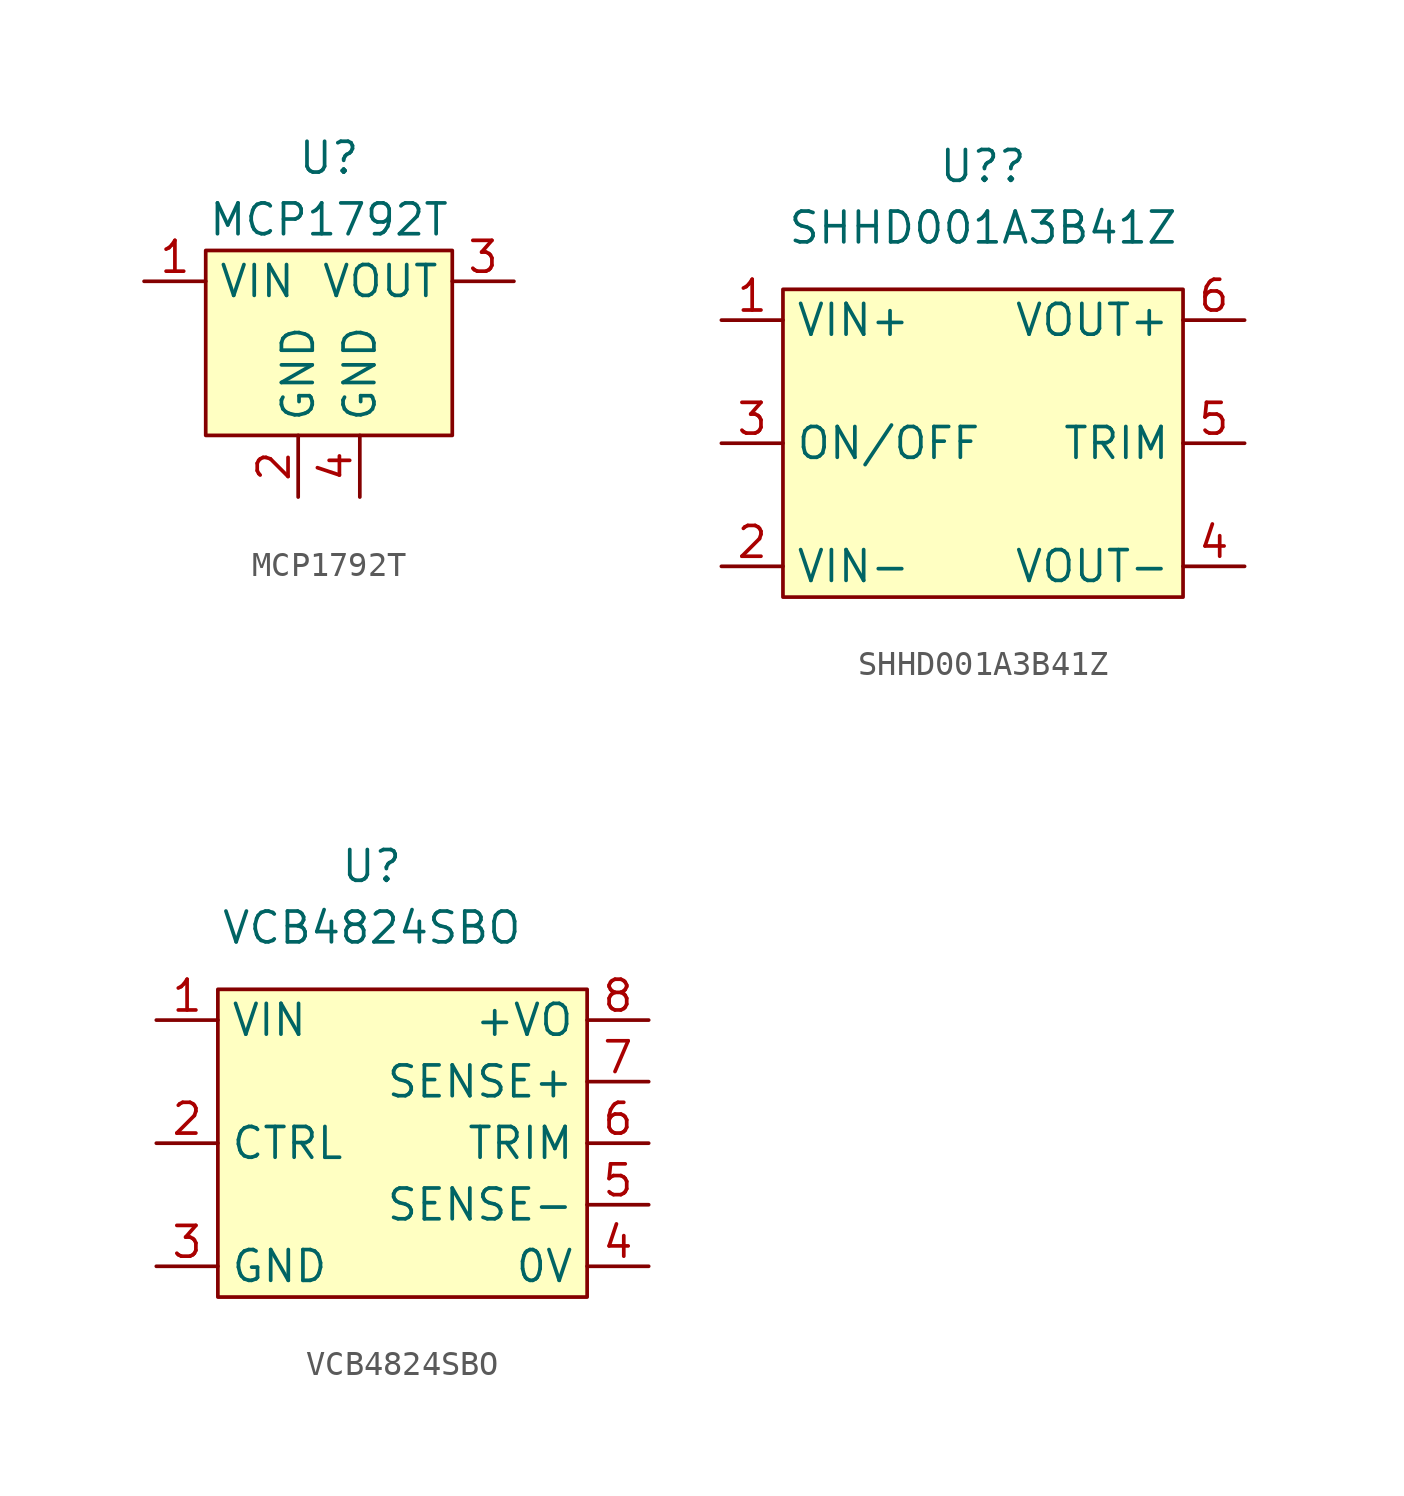
<source format=kicad_sym>
(kicad_symbol_lib
  (version 20211014)
  (generator kicad_symbol_editor)
  (symbol "MCP1792T"
    (property "Reference" "U"
      (at 0 5.08 0)
      (effects (font (size 1.27 1.27))))
    (property "Value" "MCP1792T"
      (at 0 2.54 0)
      (effects (font (size 1.27 1.27))))
    (symbol "MCP1792T_0_1"
      (rectangle (start -5.08 1.27) (end 5.08 -6.35) (stroke (width 0) (type default) (color 0 0 0 0)) (fill (type background))))
    (symbol "MCP1792T_1_1"
      (pin input line (at -7.62 0 0) (length 2.54) (name "VIN" (effects (font (size 1.27 1.27)))) (number "1" (effects (font (size 1.27 1.27)))))
      (pin input line (at -1.27 -8.89 90) (length 2.54) (name "GND" (effects (font (size 1.27 1.27)))) (number "2" (effects (font (size 1.27 1.27)))))
      (pin input line (at 7.62 0 180) (length 2.54) (name "VOUT" (effects (font (size 1.27 1.27)))) (number "3" (effects (font (size 1.27 1.27)))))
      (pin input line (at 1.27 -8.89 90) (length 2.54) (name "GND" (effects (font (size 1.27 1.27)))) (number "4" (effects (font (size 1.27 1.27)))))))
  (symbol "SHHD001A3B41Z"
    (property "Reference" "U?"
      (at -0.635 6.35 0)
      (effects (font (size 1.27 1.27))))
    (property "Value" "SHHD001A3B41Z"
      (at -0.635 3.81 0)
      (effects (font (size 1.27 1.27))))
    (symbol "SHHD001A3B41Z_0_1"
      (rectangle (start -8.89 1.27) (end 7.62 -11.43) (stroke (width 0) (type default) (color 0 0 0 0)) (fill (type background))))
    (symbol "SHHD001A3B41Z_1_1"
      (pin input line (at -11.43 0 0) (length 2.54) (name "VIN+" (effects (font (size 1.27 1.27)))) (number "1" (effects (font (size 1.27 1.27)))))
      (pin input line (at -11.43 -10.16 0) (length 2.54) (name "VIN-" (effects (font (size 1.27 1.27)))) (number "2" (effects (font (size 1.27 1.27)))))
      (pin input line (at -11.43 -5.08 0) (length 2.54) (name "ON/OFF" (effects (font (size 1.27 1.27)))) (number "3" (effects (font (size 1.27 1.27)))))
      (pin input line (at 10.16 -10.16 180) (length 2.54) (name "VOUT-" (effects (font (size 1.27 1.27)))) (number "4" (effects (font (size 1.27 1.27)))))
      (pin input line (at 10.16 -5.08 180) (length 2.54) (name "TRIM" (effects (font (size 1.27 1.27)))) (number "5" (effects (font (size 1.27 1.27)))))
      (pin input line (at 10.16 0 180) (length 2.54) (name "VOUT+" (effects (font (size 1.27 1.27)))) (number "6" (effects (font (size 1.27 1.27)))))))
  (symbol "VCB4824SBO"
    (property "Reference" "U"
      (at 0 6.35 0)
      (effects (font (size 1.27 1.27))))
    (property "Value" "VCB4824SBO"
      (at 0 3.81 0)
      (effects (font (size 1.27 1.27))))
    (symbol "VCB4824SBO_0_1"
      (rectangle (start -6.35 1.27) (end 8.89 -11.43) (stroke (width 0) (type default) (color 0 0 0 0)) (fill (type background))))
    (symbol "VCB4824SBO_1_1"
      (pin input line (at -8.89 0 0) (length 2.54) (name "VIN" (effects (font (size 1.27 1.27)))) (number "1" (effects (font (size 1.27 1.27)))))
      (pin input line (at -8.89 -5.08 0) (length 2.54) (name "CTRL" (effects (font (size 1.27 1.27)))) (number "2" (effects (font (size 1.27 1.27)))))
      (pin input line (at -8.89 -10.16 0) (length 2.54) (name "GND" (effects (font (size 1.27 1.27)))) (number "3" (effects (font (size 1.27 1.27)))))
      (pin input line (at 11.43 -10.16 180) (length 2.54) (name "0V" (effects (font (size 1.27 1.27)))) (number "4" (effects (font (size 1.27 1.27)))))
      (pin input line (at 11.43 -7.62 180) (length 2.54) (name "SENSE-" (effects (font (size 1.27 1.27)))) (number "5" (effects (font (size 1.27 1.27)))))
      (pin input line (at 11.43 -5.08 180) (length 2.54) (name "TRIM" (effects (font (size 1.27 1.27)))) (number "6" (effects (font (size 1.27 1.27)))))
      (pin input line (at 11.43 -2.54 180) (length 2.54) (name "SENSE+" (effects (font (size 1.27 1.27)))) (number "7" (effects (font (size 1.27 1.27)))))
      (pin input line (at 11.43 0 180) (length 2.54) (name "+VO" (effects (font (size 1.27 1.27)))) (number "8" (effects (font (size 1.27 1.27))))))))
</source>
